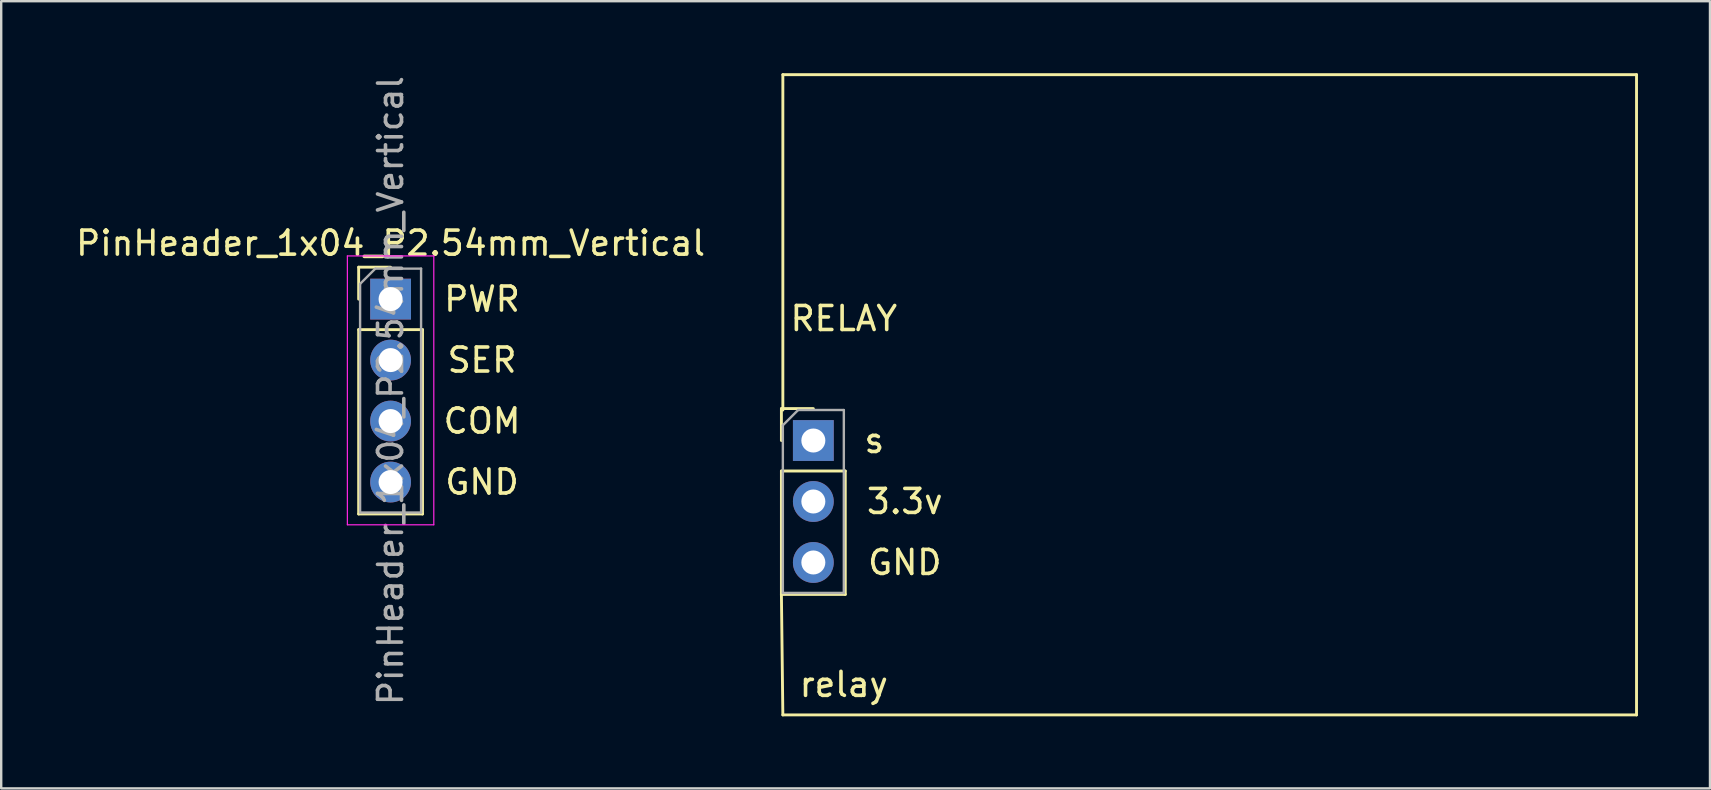
<source format=kicad_pcb>
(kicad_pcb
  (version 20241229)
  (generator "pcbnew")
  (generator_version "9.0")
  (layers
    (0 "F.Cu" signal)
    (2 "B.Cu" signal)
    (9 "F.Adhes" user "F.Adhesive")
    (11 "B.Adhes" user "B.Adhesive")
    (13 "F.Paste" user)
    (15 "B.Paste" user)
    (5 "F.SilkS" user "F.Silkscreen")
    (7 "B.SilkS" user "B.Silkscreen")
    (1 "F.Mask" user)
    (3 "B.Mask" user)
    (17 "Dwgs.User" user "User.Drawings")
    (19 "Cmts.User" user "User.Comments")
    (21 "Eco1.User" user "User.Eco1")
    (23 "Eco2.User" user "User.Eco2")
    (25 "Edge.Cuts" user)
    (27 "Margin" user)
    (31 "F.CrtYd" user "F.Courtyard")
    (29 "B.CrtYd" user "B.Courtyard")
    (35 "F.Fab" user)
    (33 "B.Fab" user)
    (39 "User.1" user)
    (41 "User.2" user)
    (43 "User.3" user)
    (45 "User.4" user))
  (footprint "PinHeader_1x04_P2.54mm_Vertical"
    (layer "F.Cu")
    (at 13.22 9.41)
    (property "Reference" "PinHeader_1x04_P2.54mm_Vertical" (at 0 -2.33 0) (layer "F.SilkS") (effects (font (size 1 1) (thickness 0.15))))
    (attr through_hole)
    (fp_line (start -1.33 -1.33) (end 0 -1.33) (stroke (width 0.12) (type solid)) (layer "F.SilkS"))
    (fp_line (start -1.33 0) (end -1.33 -1.33) (stroke (width 0.12) (type solid)) (layer "F.SilkS"))
    (fp_line (start -1.33 1.27) (end -1.33 8.95) (stroke (width 0.12) (type solid)) (layer "F.SilkS"))
    (fp_line (start -1.33 1.27) (end 1.33 1.27) (stroke (width 0.12) (type solid)) (layer "F.SilkS"))
    (fp_line (start -1.33 8.95) (end 1.33 8.95) (stroke (width 0.12) (type solid)) (layer "F.SilkS"))
    (fp_line (start 1.33 1.27) (end 1.33 8.95) (stroke (width 0.12) (type solid)) (layer "F.SilkS"))
    (fp_line (start -1.8 -1.8) (end -1.8 9.4) (stroke (width 0.05) (type solid)) (layer "F.CrtYd"))
    (fp_line (start -1.8 9.4) (end 1.8 9.4) (stroke (width 0.05) (type solid)) (layer "F.CrtYd"))
    (fp_line (start 1.8 -1.8) (end -1.8 -1.8) (stroke (width 0.05) (type solid)) (layer "F.CrtYd"))
    (fp_line (start 1.8 9.4) (end 1.8 -1.8) (stroke (width 0.05) (type solid)) (layer "F.CrtYd"))
    (fp_line (start -1.27 -0.635) (end -0.635 -1.27) (stroke (width 0.1) (type solid)) (layer "F.Fab"))
    (fp_line (start -1.27 8.89) (end -1.27 -0.635) (stroke (width 0.1) (type solid)) (layer "F.Fab"))
    (fp_line (start -0.635 -1.27) (end 1.27 -1.27) (stroke (width 0.1) (type solid)) (layer "F.Fab"))
    (fp_line (start 1.27 -1.27) (end 1.27 8.89) (stroke (width 0.1) (type solid)) (layer "F.Fab"))
    (fp_line (start 1.27 8.89) (end -1.27 8.89) (stroke (width 0.1) (type solid)) (layer "F.Fab"))
    (fp_text user "SER" (at 3.81 2.54 0) (layer "F.SilkS") (effects (font (size 1 1) (thickness 0.15))))
    (fp_text user "COM" (at 3.81 5.08 0) (layer "F.SilkS") (effects (font (size 1 1) (thickness 0.15))))
    (fp_text user "GND" (at 3.81 7.62 0) (layer "F.SilkS") (effects (font (size 1 1) (thickness 0.15))))
    (fp_text user "PWR" (at 3.81 0 0) (layer "F.SilkS") (effects (font (size 1 1) (thickness 0.15))))
    (fp_text user "${REFERENCE}" (at 0 3.81 90) (layer "F.Fab") (effects (font (size 1 1) (thickness 0.15))))
    (pad "1" thru_hole rect (at 0 0) (size 1.7 1.7) (drill 1) (layers "*.Cu" "*.Mask"))
    (pad "2" thru_hole oval (at 0 2.54) (size 1.7 1.7) (drill 1) (layers "*.Cu" "*.Mask"))
    (pad "3" thru_hole oval (at 0 5.08) (size 1.7 1.7) (drill 1) (layers "*.Cu" "*.Mask"))
    (pad "4" thru_hole oval (at 0 7.62) (size 1.7 1.7) (drill 1) (layers "*.Cu" "*.Mask")))
  (footprint "relay"
    (layer "F.Cu")
    (at 30.83 15.3)
    (property "Reference" "relay" (at 1.27 10.16 0) (layer "F.SilkS") (effects (font (size 1 1) (thickness 0.15))))
    (attr through_hole)
    (fp_line (start -1.33 -1.33) (end 0 -1.33) (stroke (width 0.12) (type solid)) (layer "F.SilkS"))
    (fp_line (start -1.33 0) (end -1.33 -1.33) (stroke (width 0.12) (type solid)) (layer "F.SilkS"))
    (fp_line (start -1.33 1.27) (end -1.33 6.41) (stroke (width 0.12) (type solid)) (layer "F.SilkS"))
    (fp_line (start -1.33 1.27) (end 1.33 1.27) (stroke (width 0.12) (type solid)) (layer "F.SilkS"))
    (fp_line (start -1.33 6.41) (end 1.33 6.41) (stroke (width 0.12) (type solid)) (layer "F.SilkS"))
    (fp_line (start -1.27 -15.24) (end 34.29 -15.24) (stroke (width 0.12) (type solid)) (layer "F.SilkS"))
    (fp_line (start -1.27 -1.27) (end -1.27 -15.24) (stroke (width 0.12) (type solid)) (layer "F.SilkS"))
    (fp_line (start -1.27 11.43) (end -1.33 6.41) (stroke (width 0.12) (type solid)) (layer "F.SilkS"))
    (fp_line (start 1.33 1.27) (end 1.33 6.41) (stroke (width 0.12) (type solid)) (layer "F.SilkS"))
    (fp_line (start 34.29 -15.24) (end 34.29 11.43) (stroke (width 0.12) (type solid)) (layer "F.SilkS"))
    (fp_line (start 34.29 11.43) (end -1.27 11.43) (stroke (width 0.12) (type solid)) (layer "F.SilkS"))
    (fp_line (start -1.27 -0.635) (end -0.635 -1.27) (stroke (width 0.1) (type solid)) (layer "F.Fab"))
    (fp_line (start -1.27 6.35) (end -1.27 -0.635) (stroke (width 0.1) (type solid)) (layer "F.Fab"))
    (fp_line (start -0.635 -1.27) (end 1.27 -1.27) (stroke (width 0.1) (type solid)) (layer "F.Fab"))
    (fp_line (start 1.27 -1.27) (end 1.27 6.35) (stroke (width 0.1) (type solid)) (layer "F.Fab"))
    (fp_line (start 1.27 6.35) (end -1.27 6.35) (stroke (width 0.1) (type solid)) (layer "F.Fab"))
    (fp_text user "GND" (at 3.81 5.08 0) (layer "F.SilkS") (effects (font (size 1 1) (thickness 0.15))))
    (fp_text user "s" (at 2.54 0 0) (layer "F.SilkS") (effects (font (size 1 1) (thickness 0.15))))
    (fp_text user "RELAY" (at 1.27 -5.08 0) (layer "F.SilkS") (effects (font (size 1 1) (thickness 0.15))))
    (fp_text user "3.3v" (at 3.81 2.54 0) (layer "F.SilkS") (effects (font (size 1 1) (thickness 0.15))))
    (pad "1" thru_hole rect (at 0 0) (size 1.7 1.7) (drill 1) (layers "*.Cu" "*.Mask"))
    (pad "2" thru_hole oval (at 0 2.54) (size 1.7 1.7) (drill 1) (layers "*.Cu" "*.Mask"))
    (pad "3" thru_hole oval (at 0 5.08) (size 1.7 1.7) (drill 1) (layers "*.Cu" "*.Mask")))
  (gr_rect
    (start -3 -3)
    (end 68.18 29.79)
    (stroke (width 0.1) (type default))
    (fill no)
    (layer "Edge.Cuts")))
</source>
